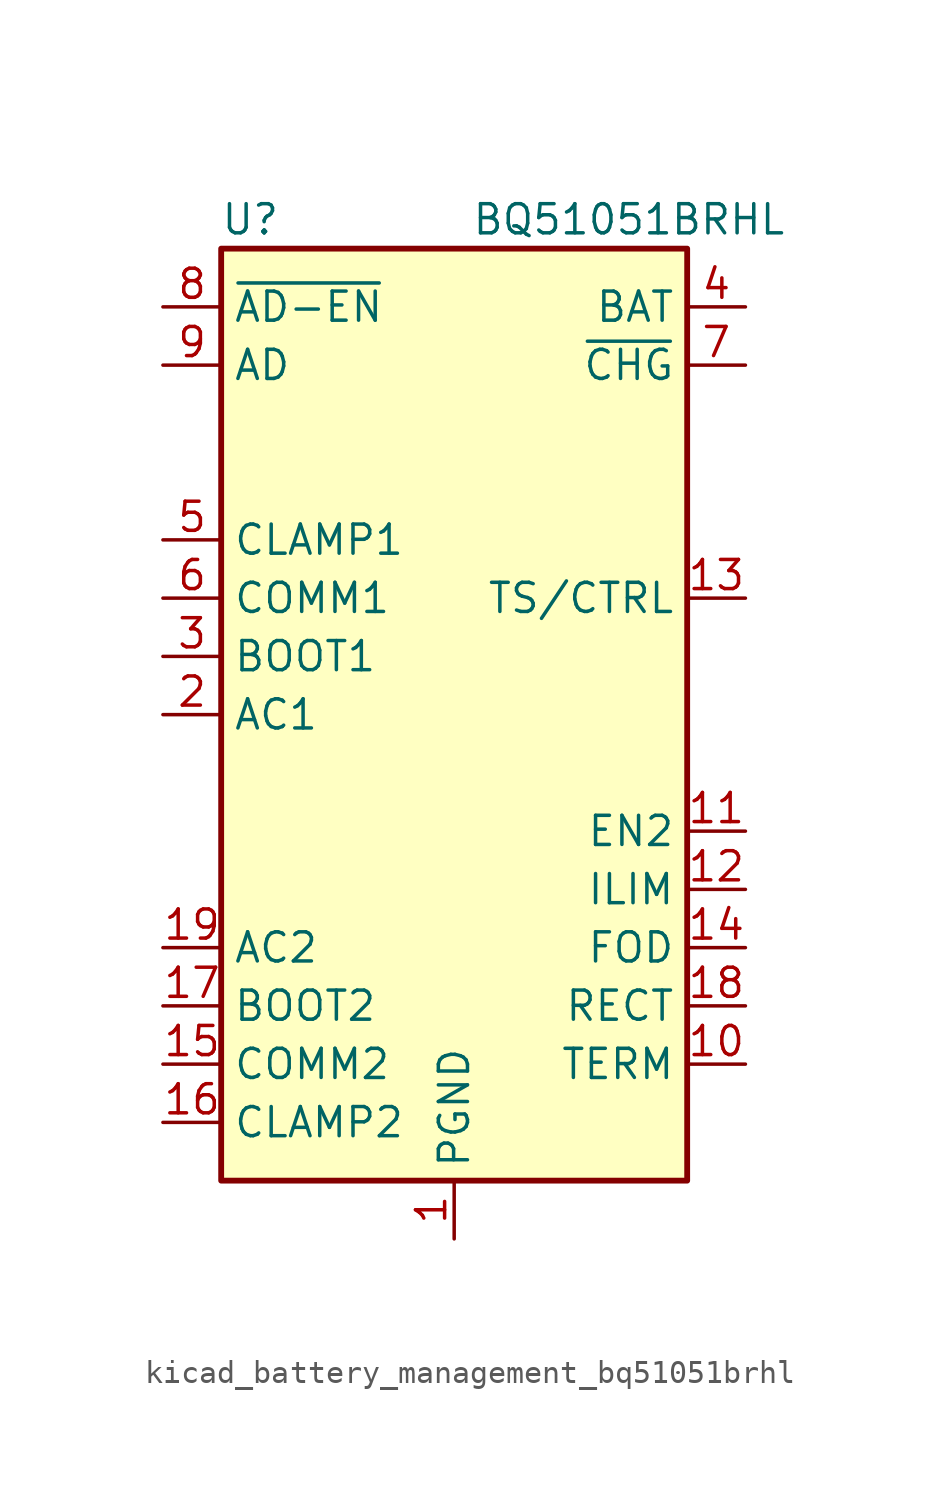
<source format=kicad_sym>
(kicad_symbol_lib
  (version 20220914)
  (generator kicad_symbol_editor)
  (symbol "kicad_battery_management_bq51051brhl"
    (property "Reference" "U"
      (at -8.89 21.59 0)
      (effects (font (size 1.27 1.27))))
    (property "Value" "BQ51051BRHL"
      (at 7.62 21.59 0)
      (effects (font (size 1.27 1.27))))
    (symbol "kicad_battery_management_bq51051brhl_0_1"
      (rectangle (start -10.16 -20.32) (end 10.16 20.32) (stroke (width 0.254) (type default)) (fill (type background))))
    (symbol "kicad_battery_management_bq51051brhl_1_1"
      (pin power_in line (at 0 -22.86 90) (length 2.54) (name "PGND" (effects (font (size 1.27 1.27)))) (number "1" (effects (font (size 1.27 1.27)))))
      (pin input line (at 12.7 -15.24 180) (length 2.54) (name "TERM" (effects (font (size 1.27 1.27)))) (number "10" (effects (font (size 1.27 1.27)))))
      (pin input line (at 12.7 -5.08 180) (length 2.54) (name "EN2" (effects (font (size 1.27 1.27)))) (number "11" (effects (font (size 1.27 1.27)))))
      (pin passive line (at 12.7 -7.62 180) (length 2.54) (name "ILIM" (effects (font (size 1.27 1.27)))) (number "12" (effects (font (size 1.27 1.27)))))
      (pin input line (at 12.7 5.08 180) (length 2.54) (name "TS/CTRL" (effects (font (size 1.27 1.27)))) (number "13" (effects (font (size 1.27 1.27)))))
      (pin input line (at 12.7 -10.16 180) (length 2.54) (name "FOD" (effects (font (size 1.27 1.27)))) (number "14" (effects (font (size 1.27 1.27)))))
      (pin open_collector line (at -12.7 -15.24 0) (length 2.54) (name "COMM2" (effects (font (size 1.27 1.27)))) (number "15" (effects (font (size 1.27 1.27)))))
      (pin open_collector line (at -12.7 -17.78 0) (length 2.54) (name "CLAMP2" (effects (font (size 1.27 1.27)))) (number "16" (effects (font (size 1.27 1.27)))))
      (pin passive line (at -12.7 -12.7 0) (length 2.54) (name "BOOT2" (effects (font (size 1.27 1.27)))) (number "17" (effects (font (size 1.27 1.27)))))
      (pin passive line (at 12.7 -12.7 180) (length 2.54) (name "RECT" (effects (font (size 1.27 1.27)))) (number "18" (effects (font (size 1.27 1.27)))))
      (pin input line (at -12.7 -10.16 0) (length 2.54) (name "AC2" (effects (font (size 1.27 1.27)))) (number "19" (effects (font (size 1.27 1.27)))))
      (pin input line (at -12.7 0 0) (length 2.54) (name "AC1" (effects (font (size 1.27 1.27)))) (number "2" (effects (font (size 1.27 1.27)))))
      (pin passive line (at 0 -22.86 90) (length 2.54) hide (name "PGND" (effects (font (size 1.27 1.27)))) (number "20" (effects (font (size 1.27 1.27)))))
      (pin passive line (at 0 -22.86 90) (length 2.54) hide (name "PGND" (effects (font (size 1.27 1.27)))) (number "21" (effects (font (size 1.27 1.27)))))
      (pin passive line (at -12.7 2.54 0) (length 2.54) (name "BOOT1" (effects (font (size 1.27 1.27)))) (number "3" (effects (font (size 1.27 1.27)))))
      (pin power_out line (at 12.7 17.78 180) (length 2.54) (name "BAT" (effects (font (size 1.27 1.27)))) (number "4" (effects (font (size 1.27 1.27)))))
      (pin open_collector line (at -12.7 7.62 0) (length 2.54) (name "CLAMP1" (effects (font (size 1.27 1.27)))) (number "5" (effects (font (size 1.27 1.27)))))
      (pin open_collector line (at -12.7 5.08 0) (length 2.54) (name "COMM1" (effects (font (size 1.27 1.27)))) (number "6" (effects (font (size 1.27 1.27)))))
      (pin open_collector line (at 12.7 15.24 180) (length 2.54) (name "~{CHG}" (effects (font (size 1.27 1.27)))) (number "7" (effects (font (size 1.27 1.27)))))
      (pin output line (at -12.7 17.78 0) (length 2.54) (name "~{AD-EN}" (effects (font (size 1.27 1.27)))) (number "8" (effects (font (size 1.27 1.27)))))
      (pin input line (at -12.7 15.24 0) (length 2.54) (name "AD" (effects (font (size 1.27 1.27)))) (number "9" (effects (font (size 1.27 1.27))))))))
</source>
